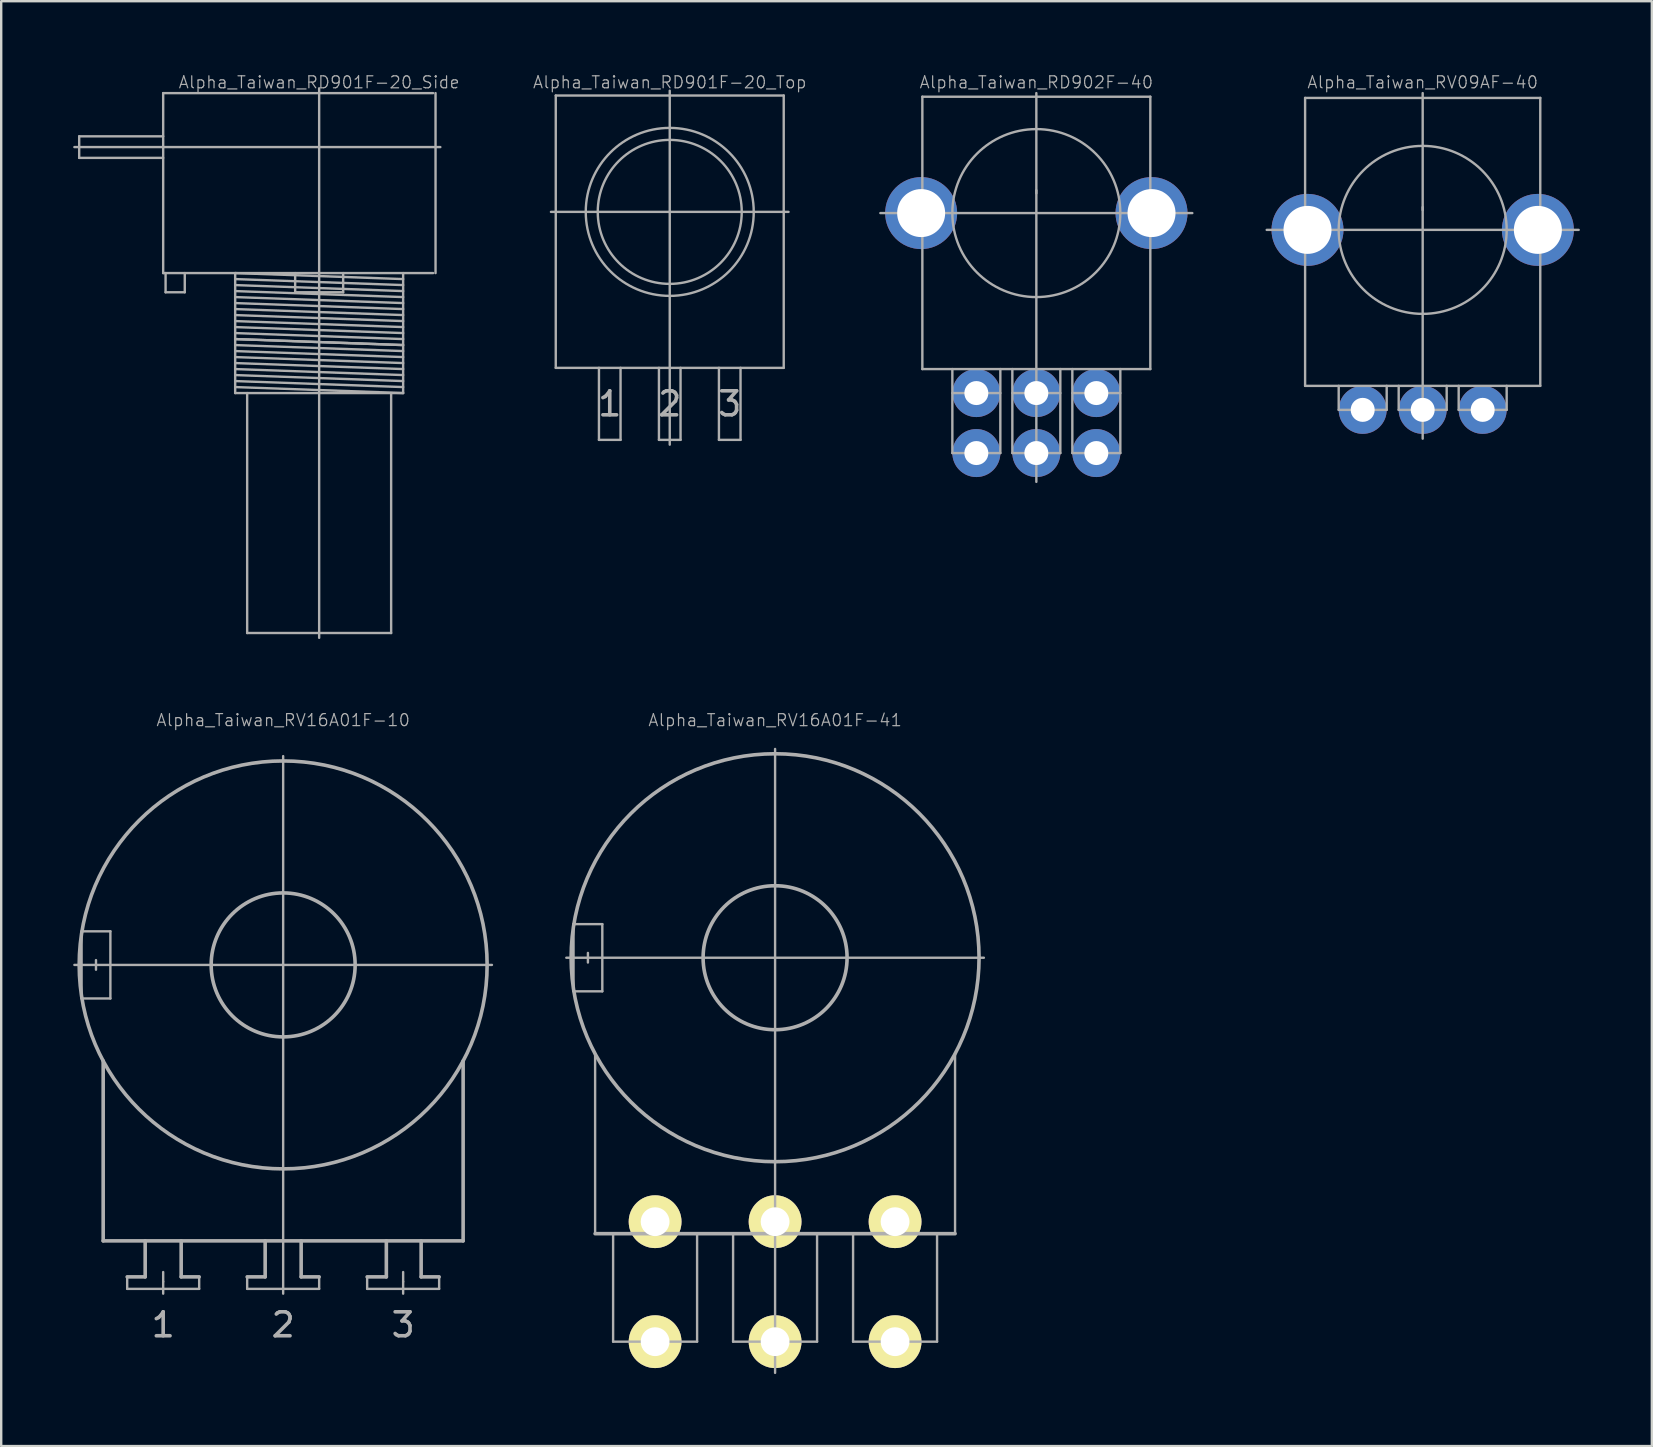
<source format=kicad_pcb>
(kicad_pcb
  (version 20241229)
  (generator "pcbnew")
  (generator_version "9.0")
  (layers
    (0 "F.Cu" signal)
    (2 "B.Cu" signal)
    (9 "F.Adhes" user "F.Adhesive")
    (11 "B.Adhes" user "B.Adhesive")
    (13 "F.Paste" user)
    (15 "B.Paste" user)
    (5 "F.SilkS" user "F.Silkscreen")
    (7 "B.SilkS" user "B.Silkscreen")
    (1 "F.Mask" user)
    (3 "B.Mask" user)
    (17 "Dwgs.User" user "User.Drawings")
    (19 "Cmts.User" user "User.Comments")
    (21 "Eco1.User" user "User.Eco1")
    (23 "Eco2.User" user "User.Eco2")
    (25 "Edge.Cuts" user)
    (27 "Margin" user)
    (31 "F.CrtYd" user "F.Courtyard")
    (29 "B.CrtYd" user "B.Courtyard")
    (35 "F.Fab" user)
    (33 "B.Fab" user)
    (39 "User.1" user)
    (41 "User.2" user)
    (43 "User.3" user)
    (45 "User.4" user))
  (footprint "Alpha_Taiwan_RV16A01F-41"
    (layer "F.Cu")
    (at 29.25 36.861)
    (property "Reference" "Alpha_Taiwan_RV16A01F-41" (at 0 -9.9 0) (layer "F.Fab") (effects (font (size 0.5 0.5) (thickness 0.05))))
    (attr through_hole)
    (fp_line (start -8.7 0) (end 8.7 0) (stroke (width 0.1) (type solid)) (layer "F.Fab"))
    (fp_line (start -8.4 -1.4) (end -8.4 1.4) (stroke (width 0.1) (type solid)) (layer "F.Fab"))
    (fp_line (start -8.4 1.4) (end -7.2 1.4) (stroke (width 0.1) (type solid)) (layer "F.Fab"))
    (fp_line (start -7.8 -0.2) (end -7.8 0.2) (stroke (width 0.1) (type solid)) (layer "F.Fab"))
    (fp_line (start -7.5 11.5) (end -7.5 4) (stroke (width 0.1) (type solid)) (layer "F.Fab"))
    (fp_line (start -7.5 11.5) (end 7.5 11.5) (stroke (width 0.15) (type solid)) (layer "F.Fab"))
    (fp_line (start -7.2 -1.4) (end -8.4 -1.4) (stroke (width 0.1) (type solid)) (layer "F.Fab"))
    (fp_line (start -7.2 1.4) (end -7.2 -1.4) (stroke (width 0.1) (type solid)) (layer "F.Fab"))
    (fp_line (start -6.75 16) (end -6.75 11.5) (stroke (width 0.1) (type solid)) (layer "F.Fab"))
    (fp_line (start -5 15.8) (end -5 16.2) (stroke (width 0.1) (type solid)) (layer "F.Fab"))
    (fp_line (start -3.25 16) (end -6.75 16) (stroke (width 0.1) (type solid)) (layer "F.Fab"))
    (fp_line (start -3.25 16) (end -3.25 11.5) (stroke (width 0.1) (type solid)) (layer "F.Fab"))
    (fp_line (start -1.75 16) (end -1.75 11.5) (stroke (width 0.1) (type solid)) (layer "F.Fab"))
    (fp_line (start 0 -8.7) (end 0 17.3) (stroke (width 0.1) (type solid)) (layer "F.Fab"))
    (fp_line (start 1.75 11.5) (end 1.75 16) (stroke (width 0.1) (type solid)) (layer "F.Fab"))
    (fp_line (start 1.75 16) (end -1.75 16) (stroke (width 0.1) (type solid)) (layer "F.Fab"))
    (fp_line (start 3.25 16) (end 3.25 11.5) (stroke (width 0.1) (type solid)) (layer "F.Fab"))
    (fp_line (start 3.25 16) (end 6.75 16) (stroke (width 0.1) (type solid)) (layer "F.Fab"))
    (fp_line (start 5 15.8) (end 5 16.2) (stroke (width 0.1) (type solid)) (layer "F.Fab"))
    (fp_line (start 6.75 16) (end 6.75 11.5) (stroke (width 0.1) (type solid)) (layer "F.Fab"))
    (fp_line (start 7.5 11.5) (end 7.5 4) (stroke (width 0.1) (type solid)) (layer "F.Fab"))
    (fp_circle (center 0 0) (end 3 0) (stroke (width 0.15) (type solid)) (fill no) (layer "F.Fab"))
    (fp_circle (center 0 0) (end 8.5 0) (stroke (width 0.15) (type solid)) (fill no) (layer "F.Fab"))
    (pad "1" thru_hole circle (at -5 16) (size 2.2 2.2) (drill 1.2) (layers "*.Cu" "*.Mask" "F.SilkS"))
    (pad "2" thru_hole circle (at 0 16) (size 2.2 2.2) (drill 1.2) (layers "*.Cu" "*.Mask" "F.SilkS"))
    (pad "3" thru_hole circle (at 5 16) (size 2.2 2.2) (drill 1.2) (layers "*.Cu" "*.Mask" "F.SilkS"))
    (pad "4" thru_hole circle (at -5 11) (size 2.2 2.2) (drill 1.2) (layers "*.Cu" "*.Mask" "F.SilkS"))
    (pad "5" thru_hole circle (at 0 11) (size 2.2 2.2) (drill 1.2) (layers "*.Cu" "*.Mask" "F.SilkS"))
    (pad "6" thru_hole circle (at 5 11) (size 2.2 2.2) (drill 1.2) (layers "*.Cu" "*.Mask" "F.SilkS")))
  (footprint "Alpha_Taiwan_RD902F-40"
    (layer "F.Cu")
    (at 40.137 5.83)
    (property "Reference" "Alpha_Taiwan_RD902F-40" (at 0 -5.45 0) (layer "F.Fab") (effects (font (size 0.5 0.5) (thickness 0.05))))
    (attr through_hole)
    (fp_line (start -4.75 -4.85) (end 4.75 -4.85) (stroke (width 0.1) (type solid)) (layer "F.Fab"))
    (fp_line (start -4.75 6.5) (end -4.75 -4.85) (stroke (width 0.1) (type solid)) (layer "F.Fab"))
    (fp_line (start -3.5 6.5) (end -3.5 10) (stroke (width 0.1) (type solid)) (layer "F.Fab"))
    (fp_line (start -3.5 10) (end -1.5 10) (stroke (width 0.1) (type solid)) (layer "F.Fab"))
    (fp_line (start -1.5 7.5) (end -3.5 7.5) (stroke (width 0.1) (type solid)) (layer "F.Fab"))
    (fp_line (start -1.5 10) (end -1.5 6.5) (stroke (width 0.1) (type solid)) (layer "F.Fab"))
    (fp_line (start -1 6.5) (end -1 10) (stroke (width 0.1) (type solid)) (layer "F.Fab"))
    (fp_line (start -1 10) (end 1 10) (stroke (width 0.1) (type solid)) (layer "F.Fab"))
    (fp_line (start 0 -5) (end 0 11.2) (stroke (width 0.1) (type solid)) (layer "F.Fab"))
    (fp_line (start 0 -0.825) (end 0 -0.95) (stroke (width 0.1) (type solid)) (layer "F.Fab"))
    (fp_line (start 1 7.5) (end -1 7.5) (stroke (width 0.1) (type solid)) (layer "F.Fab"))
    (fp_line (start 1 10) (end 1 6.5) (stroke (width 0.1) (type solid)) (layer "F.Fab"))
    (fp_line (start 1.5 6.5) (end 1.5 10) (stroke (width 0.1) (type solid)) (layer "F.Fab"))
    (fp_line (start 1.5 7.5) (end 3.5 7.5) (stroke (width 0.1) (type solid)) (layer "F.Fab"))
    (fp_line (start 1.5 10) (end 3.5 10) (stroke (width 0.1) (type solid)) (layer "F.Fab"))
    (fp_line (start 3.5 10) (end 3.5 6.5) (stroke (width 0.1) (type solid)) (layer "F.Fab"))
    (fp_line (start 4.75 -4.85) (end 4.75 6.5) (stroke (width 0.1) (type solid)) (layer "F.Fab"))
    (fp_line (start 4.75 6.5) (end -4.75 6.5) (stroke (width 0.1) (type solid)) (layer "F.Fab"))
    (fp_line (start 6.5 0) (end -6.5 0) (stroke (width 0.1) (type solid)) (layer "F.Fab"))
    (fp_circle (center 0 0) (end 3.5 0) (stroke (width 0.1) (type solid)) (fill no) (layer "F.Fab"))
    (pad "1" thru_hole circle (at -2.5 7.5) (size 2 2) (drill 1) (layers "*.Cu" "*.Mask"))
    (pad "1" thru_hole circle (at -2.5 10) (size 2 2) (drill 1) (layers "*.Cu" "*.Mask"))
    (pad "2" thru_hole circle (at 0 7.5) (size 2 2) (drill 1) (layers "*.Cu" "*.Mask"))
    (pad "2" thru_hole circle (at 0 10) (size 2 2) (drill 1) (layers "*.Cu" "*.Mask"))
    (pad "3" thru_hole circle (at 2.5 7.5) (size 2 2) (drill 1) (layers "*.Cu" "*.Mask"))
    (pad "3" thru_hole circle (at 2.5 10) (size 2 2) (drill 1) (layers "*.Cu" "*.Mask"))
    (pad "MH" thru_hole circle (at -4.8 0) (size 3 3) (drill 2) (layers "*.Cu" "*.Mask"))
    (pad "MH" thru_hole circle (at 4.8 0) (size 3 3) (drill 2) (layers "*.Cu" "*.Mask")))
  (footprint "Alpha_Taiwan_RD901F-20_Top"
    (layer "F.Cu")
    (at 24.86 5.78)
    (property "Reference" "Alpha_Taiwan_RD901F-20_Top" (at 0 -5.4 0) (layer "F.Fab") (effects (font (size 0.5 0.5) (thickness 0.05))))
    (attr through_hole)
    (fp_line (start -4.95 0) (end 4.95 0) (stroke (width 0.1) (type solid)) (layer "F.Fab"))
    (fp_line (start -4.75 -4.85) (end -4.75 6.5) (stroke (width 0.1) (type solid)) (layer "F.Fab"))
    (fp_line (start -4.75 6.5) (end 4.75 6.5) (stroke (width 0.1) (type solid)) (layer "F.Fab"))
    (fp_line (start -2.95 9.5) (end -2.95 6.5) (stroke (width 0.1) (type solid)) (layer "F.Fab"))
    (fp_line (start -2.05 6.5) (end -2.05 9.5) (stroke (width 0.1) (type solid)) (layer "F.Fab"))
    (fp_line (start -2.05 9.5) (end -2.95 9.5) (stroke (width 0.1) (type solid)) (layer "F.Fab"))
    (fp_line (start -0.45 6.5) (end -0.45 9.5) (stroke (width 0.1) (type solid)) (layer "F.Fab"))
    (fp_line (start -0.45 9.5) (end 0.45 9.5) (stroke (width 0.1) (type solid)) (layer "F.Fab"))
    (fp_line (start 0 -5.05) (end 0 9.7) (stroke (width 0.1) (type solid)) (layer "F.Fab"))
    (fp_line (start 0.45 9.5) (end 0.45 6.5) (stroke (width 0.1) (type solid)) (layer "F.Fab"))
    (fp_line (start 2.05 6.5) (end 2.05 9.5) (stroke (width 0.1) (type solid)) (layer "F.Fab"))
    (fp_line (start 2.05 9.5) (end 2.95 9.5) (stroke (width 0.1) (type solid)) (layer "F.Fab"))
    (fp_line (start 2.95 9.5) (end 2.95 6.5) (stroke (width 0.1) (type solid)) (layer "F.Fab"))
    (fp_line (start 4.75 -4.85) (end -4.75 -4.85) (stroke (width 0.1) (type solid)) (layer "F.Fab"))
    (fp_line (start 4.75 6.5) (end 4.75 -4.85) (stroke (width 0.1) (type solid)) (layer "F.Fab"))
    (fp_circle (center 0 0) (end 3 0) (stroke (width 0.1) (type solid)) (fill no) (layer "F.Fab"))
    (fp_circle (center 0 0) (end 3.5 0) (stroke (width 0.1) (type solid)) (fill no) (layer "F.Fab"))
    (fp_text user "3" (at 2.5 8 0) (layer "F.Fab") (effects (font (size 1 1) (thickness 0.15))))
    (fp_text user "1" (at -2.5 8 0) (layer "F.Fab") (effects (font (size 1 1) (thickness 0.15))))
    (fp_text user "2" (at 0 8 0) (layer "F.Fab") (effects (font (size 1 1) (thickness 0.15)))))
  (footprint "Alpha_Taiwan_RV16A01F-10"
    (layer "F.Cu")
    (at 8.75 37.16)
    (property "Reference" "Alpha_Taiwan_RV16A01F-10" (at 0 -10.2 0) (layer "F.Fab") (effects (font (size 0.5 0.5) (thickness 0.05))))
    (attr through_hole)
    (fp_line (start -8.7 0) (end 8.7 0) (stroke (width 0.1) (type solid)) (layer "F.Fab"))
    (fp_line (start -8.4 -1.4) (end -8.4 1.4) (stroke (width 0.1) (type solid)) (layer "F.Fab"))
    (fp_line (start -8.4 1.4) (end -7.2 1.4) (stroke (width 0.1) (type solid)) (layer "F.Fab"))
    (fp_line (start -7.8 -0.2) (end -7.8 0.2) (stroke (width 0.1) (type solid)) (layer "F.Fab"))
    (fp_line (start -7.5 11.5) (end -7.5 4) (stroke (width 0.15) (type solid)) (layer "F.Fab"))
    (fp_line (start -7.5 11.5) (end 7.5 11.5) (stroke (width 0.15) (type solid)) (layer "F.Fab"))
    (fp_line (start -7.2 -1.4) (end -8.4 -1.4) (stroke (width 0.1) (type solid)) (layer "F.Fab"))
    (fp_line (start -7.2 1.4) (end -7.2 -1.4) (stroke (width 0.1) (type solid)) (layer "F.Fab"))
    (fp_line (start -6.5 13) (end -5.75 13) (stroke (width 0.15) (type solid)) (layer "F.Fab"))
    (fp_line (start -6.5 13.5) (end -6.5 13) (stroke (width 0.1) (type solid)) (layer "F.Fab"))
    (fp_line (start -6.5 13.5) (end -3.5 13.5) (stroke (width 0.1) (type solid)) (layer "F.Fab"))
    (fp_line (start -5.75 13) (end -5.75 11.5) (stroke (width 0.15) (type solid)) (layer "F.Fab"))
    (fp_line (start -5 12.8) (end -5 13.2) (stroke (width 0.1) (type solid)) (layer "F.Fab"))
    (fp_line (start -5 13.2) (end -5 13.7) (stroke (width 0.1) (type solid)) (layer "F.Fab"))
    (fp_line (start -4.25 13) (end -4.25 11.5) (stroke (width 0.15) (type solid)) (layer "F.Fab"))
    (fp_line (start -4.25 13) (end -3.5 13) (stroke (width 0.15) (type solid)) (layer "F.Fab"))
    (fp_line (start -3.5 13.5) (end -3.5 13) (stroke (width 0.1) (type solid)) (layer "F.Fab"))
    (fp_line (start -1.5 13.5) (end -1.5 13) (stroke (width 0.1) (type solid)) (layer "F.Fab"))
    (fp_line (start -0.75 13) (end -1.5 13) (stroke (width 0.15) (type solid)) (layer "F.Fab"))
    (fp_line (start -0.75 13) (end -0.75 11.5) (stroke (width 0.15) (type solid)) (layer "F.Fab"))
    (fp_line (start 0 0) (end 0 -8.7) (stroke (width 0.1) (type solid)) (layer "F.Fab"))
    (fp_line (start 0 0) (end 0 13.7) (stroke (width 0.1) (type solid)) (layer "F.Fab"))
    (fp_line (start 0.75 13) (end 0.75 11.5) (stroke (width 0.15) (type solid)) (layer "F.Fab"))
    (fp_line (start 0.75 13) (end 1.5 13) (stroke (width 0.15) (type solid)) (layer "F.Fab"))
    (fp_line (start 1.5 13) (end 1.5 13.5) (stroke (width 0.1) (type solid)) (layer "F.Fab"))
    (fp_line (start 1.5 13.5) (end -1.5 13.5) (stroke (width 0.1) (type solid)) (layer "F.Fab"))
    (fp_line (start 3.5 13) (end 4.3 13) (stroke (width 0.15) (type solid)) (layer "F.Fab"))
    (fp_line (start 3.5 13.5) (end 3.5 13) (stroke (width 0.1) (type solid)) (layer "F.Fab"))
    (fp_line (start 4.3 13) (end 4.3 11.5) (stroke (width 0.15) (type solid)) (layer "F.Fab"))
    (fp_line (start 5 12.8) (end 5 13.2) (stroke (width 0.1) (type solid)) (layer "F.Fab"))
    (fp_line (start 5 13.2) (end 5 13.7) (stroke (width 0.1) (type solid)) (layer "F.Fab"))
    (fp_line (start 5.75 13) (end 5.75 11.5) (stroke (width 0.15) (type solid)) (layer "F.Fab"))
    (fp_line (start 6.5 13) (end 5.75 13) (stroke (width 0.15) (type solid)) (layer "F.Fab"))
    (fp_line (start 6.5 13) (end 6.5 13.5) (stroke (width 0.1) (type solid)) (layer "F.Fab"))
    (fp_line (start 6.5 13.5) (end 3.5 13.5) (stroke (width 0.1) (type solid)) (layer "F.Fab"))
    (fp_line (start 7.5 11.5) (end 7.5 4) (stroke (width 0.15) (type solid)) (layer "F.Fab"))
    (fp_circle (center 0 0) (end 3 0) (stroke (width 0.15) (type solid)) (fill no) (layer "F.Fab"))
    (fp_circle (center 0 0) (end 8.5 0) (stroke (width 0.15) (type solid)) (fill no) (layer "F.Fab"))
    (fp_text user "1" (at -5 15 0) (layer "F.Fab") (effects (font (size 1 1) (thickness 0.15))))
    (fp_text user "3" (at 5 15 0) (layer "F.Fab") (effects (font (size 1 1) (thickness 0.15))))
    (fp_text user "2" (at 0 15 0) (layer "F.Fab") (effects (font (size 1 1) (thickness 0.15)))))
  (footprint "Alpha_Taiwan_RV09AF-40"
    (layer "F.Cu")
    (at 56.237 6.53)
    (property "Reference" "Alpha_Taiwan_RV09AF-40" (at 0 -6.15 0) (layer "F.Fab") (effects (font (size 0.5 0.5) (thickness 0.05))))
    (attr through_hole)
    (fp_line (start -4.9 -5.5) (end 4.9 -5.5) (stroke (width 0.1) (type solid)) (layer "F.Fab"))
    (fp_line (start -4.9 6.5) (end -4.9 -5.5) (stroke (width 0.1) (type solid)) (layer "F.Fab"))
    (fp_line (start -3.5 6.5) (end -3.5 7.5) (stroke (width 0.1) (type solid)) (layer "F.Fab"))
    (fp_line (start -3.5 7.5) (end -1.5 7.5) (stroke (width 0.1) (type solid)) (layer "F.Fab"))
    (fp_line (start -1.5 7.5) (end -1.5 6.5) (stroke (width 0.1) (type solid)) (layer "F.Fab"))
    (fp_line (start -1 6.5) (end -1 7.5) (stroke (width 0.1) (type solid)) (layer "F.Fab"))
    (fp_line (start -1 7.5) (end 1 7.5) (stroke (width 0.1) (type solid)) (layer "F.Fab"))
    (fp_line (start 0 -5.7) (end 0 8.7) (stroke (width 0.1) (type solid)) (layer "F.Fab"))
    (fp_line (start 0 -0.825) (end 0 -0.95) (stroke (width 0.1) (type solid)) (layer "F.Fab"))
    (fp_line (start 1 7.5) (end 1 6.5) (stroke (width 0.1) (type solid)) (layer "F.Fab"))
    (fp_line (start 1.5 6.5) (end 1.5 7.5) (stroke (width 0.1) (type solid)) (layer "F.Fab"))
    (fp_line (start 1.5 7.5) (end 3.5 7.5) (stroke (width 0.1) (type solid)) (layer "F.Fab"))
    (fp_line (start 3.5 7.5) (end 3.5 6.5) (stroke (width 0.1) (type solid)) (layer "F.Fab"))
    (fp_line (start 4.9 -5.5) (end 4.9 6.5) (stroke (width 0.1) (type solid)) (layer "F.Fab"))
    (fp_line (start 4.9 6.5) (end -4.9 6.5) (stroke (width 0.1) (type solid)) (layer "F.Fab"))
    (fp_line (start 6.5 0) (end -6.5 0) (stroke (width 0.1) (type solid)) (layer "F.Fab"))
    (fp_circle (center 0 0) (end 3.5 0) (stroke (width 0.1) (type solid)) (fill no) (layer "F.Fab"))
    (pad "1" thru_hole circle (at -2.5 7.5) (size 2 2) (drill 1) (layers "*.Cu" "*.Mask"))
    (pad "2" thru_hole circle (at 0 7.5) (size 2 2) (drill 1) (layers "*.Cu" "*.Mask"))
    (pad "3" thru_hole circle (at 2.5 7.5) (size 2 2) (drill 1) (layers "*.Cu" "*.Mask"))
    (pad "MH" thru_hole circle (at -4.8 0) (size 3 3) (drill 2) (layers "*.Cu" "*.Mask"))
    (pad "MH" thru_hole circle (at 4.8 0) (size 3 3) (drill 2) (layers "*.Cu" "*.Mask")))
  (footprint "Alpha_Taiwan_RD901F-20_Side"
    (layer "F.Cu")
    (at 10.25 3.08)
    (property "Reference" "Alpha_Taiwan_RD901F-20_Side" (at 0 -2.7 0) (layer "F.Fab") (effects (font (size 0.5 0.5) (thickness 0.05))))
    (attr through_hole)
    (fp_line (start -10.2 0) (end 5.05 0) (stroke (width 0.1) (type solid)) (layer "F.Fab"))
    (fp_line (start -10 -0.45) (end -10 0.45) (stroke (width 0.1) (type solid)) (layer "F.Fab"))
    (fp_line (start -10 0.45) (end -6.5 0.45) (stroke (width 0.1) (type solid)) (layer "F.Fab"))
    (fp_line (start -6.5 -2.25) (end -6.5 5.25) (stroke (width 0.1) (type solid)) (layer "F.Fab"))
    (fp_line (start -6.5 -0.45) (end -10 -0.45) (stroke (width 0.1) (type solid)) (layer "F.Fab"))
    (fp_line (start -6.5 5.25) (end 4.75 5.25) (stroke (width 0.1) (type solid)) (layer "F.Fab"))
    (fp_line (start -6.4 6.05) (end -6.4 5.25) (stroke (width 0.1) (type solid)) (layer "F.Fab"))
    (fp_line (start -5.6 5.25) (end -5.6 6.05) (stroke (width 0.1) (type solid)) (layer "F.Fab"))
    (fp_line (start -5.6 6.05) (end -6.4 6.05) (stroke (width 0.1) (type solid)) (layer "F.Fab"))
    (fp_line (start -3.5 5.25) (end -3.5 10.25) (stroke (width 0.1) (type solid)) (layer "F.Fab"))
    (fp_line (start -3.5 5.25) (end 3.5 5.5) (stroke (width 0.1) (type solid)) (layer "F.Fab"))
    (fp_line (start -3.5 5.5) (end 3.5 5.75) (stroke (width 0.1) (type solid)) (layer "F.Fab"))
    (fp_line (start -3.5 5.75) (end 3.5 6) (stroke (width 0.1) (type solid)) (layer "F.Fab"))
    (fp_line (start -3.5 10.25) (end 3.5 10.25) (stroke (width 0.1) (type solid)) (layer "F.Fab"))
    (fp_line (start -3 10.25) (end -3 20.25) (stroke (width 0.1) (type solid)) (layer "F.Fab"))
    (fp_line (start -3 20.25) (end 3 20.25) (stroke (width 0.1) (type solid)) (layer "F.Fab"))
    (fp_line (start -1 5.25) (end -1 6.05) (stroke (width 0.1) (type solid)) (layer "F.Fab"))
    (fp_line (start -1 6.05) (end 1 6.05) (stroke (width 0.1) (type solid)) (layer "F.Fab"))
    (fp_line (start 0 -2.45) (end 0 20.45) (stroke (width 0.1) (type solid)) (layer "F.Fab"))
    (fp_line (start 1 6.05) (end 1 5.25) (stroke (width 0.1) (type solid)) (layer "F.Fab"))
    (fp_line (start 3 20.25) (end 3 10.25) (stroke (width 0.1) (type solid)) (layer "F.Fab"))
    (fp_line (start 3.5 6.25) (end -3.5 6) (stroke (width 0.1) (type solid)) (layer "F.Fab"))
    (fp_line (start 3.5 6.5) (end -3.5 6.25) (stroke (width 0.1) (type solid)) (layer "F.Fab"))
    (fp_line (start 3.5 6.75) (end -3.5 6.5) (stroke (width 0.1) (type solid)) (layer "F.Fab"))
    (fp_line (start 3.5 7) (end -3.5 6.75) (stroke (width 0.1) (type solid)) (layer "F.Fab"))
    (fp_line (start 3.5 7.25) (end -3.5 7) (stroke (width 0.1) (type solid)) (layer "F.Fab"))
    (fp_line (start 3.5 7.5) (end -3.5 7.25) (stroke (width 0.1) (type solid)) (layer "F.Fab"))
    (fp_line (start 3.5 7.75) (end -3.5 7.5) (stroke (width 0.1) (type solid)) (layer "F.Fab"))
    (fp_line (start 3.5 8) (end -3.5 7.75) (stroke (width 0.1) (type solid)) (layer "F.Fab"))
    (fp_line (start 3.5 8.25) (end -3.5 8) (stroke (width 0.1) (type solid)) (layer "F.Fab"))
    (fp_line (start 3.5 8.25) (end -3.5 8) (stroke (width 0.1) (type solid)) (layer "F.Fab"))
    (fp_line (start 3.5 8.5) (end -3.5 8.25) (stroke (width 0.1) (type solid)) (layer "F.Fab"))
    (fp_line (start 3.5 8.75) (end -3.5 8.5) (stroke (width 0.1) (type solid)) (layer "F.Fab"))
    (fp_line (start 3.5 9) (end -3.5 8.75) (stroke (width 0.1) (type solid)) (layer "F.Fab"))
    (fp_line (start 3.5 9.25) (end -3.5 9) (stroke (width 0.1) (type solid)) (layer "F.Fab"))
    (fp_line (start 3.5 9.5) (end -3.5 9.25) (stroke (width 0.1) (type solid)) (layer "F.Fab"))
    (fp_line (start 3.5 9.75) (end -3.5 9.5) (stroke (width 0.1) (type solid)) (layer "F.Fab"))
    (fp_line (start 3.5 10) (end -3.5 9.75) (stroke (width 0.1) (type solid)) (layer "F.Fab"))
    (fp_line (start 3.5 10.25) (end -3.5 10) (stroke (width 0.1) (type solid)) (layer "F.Fab"))
    (fp_line (start 3.5 10.25) (end 3.5 5.25) (stroke (width 0.1) (type solid)) (layer "F.Fab"))
    (fp_line (start 4.75 -2.25) (end -6.5 -2.25) (stroke (width 0.1) (type solid)) (layer "F.Fab"))
    (fp_line (start 4.85 5.25) (end 4.85 -2.25) (stroke (width 0.1) (type solid)) (layer "F.Fab")))
  (gr_rect
    (start -3 -3)
    (end 65.787 57.211)
    (stroke (width 0.1) (type default))
    (fill no)
    (layer "Edge.Cuts")))
</source>
